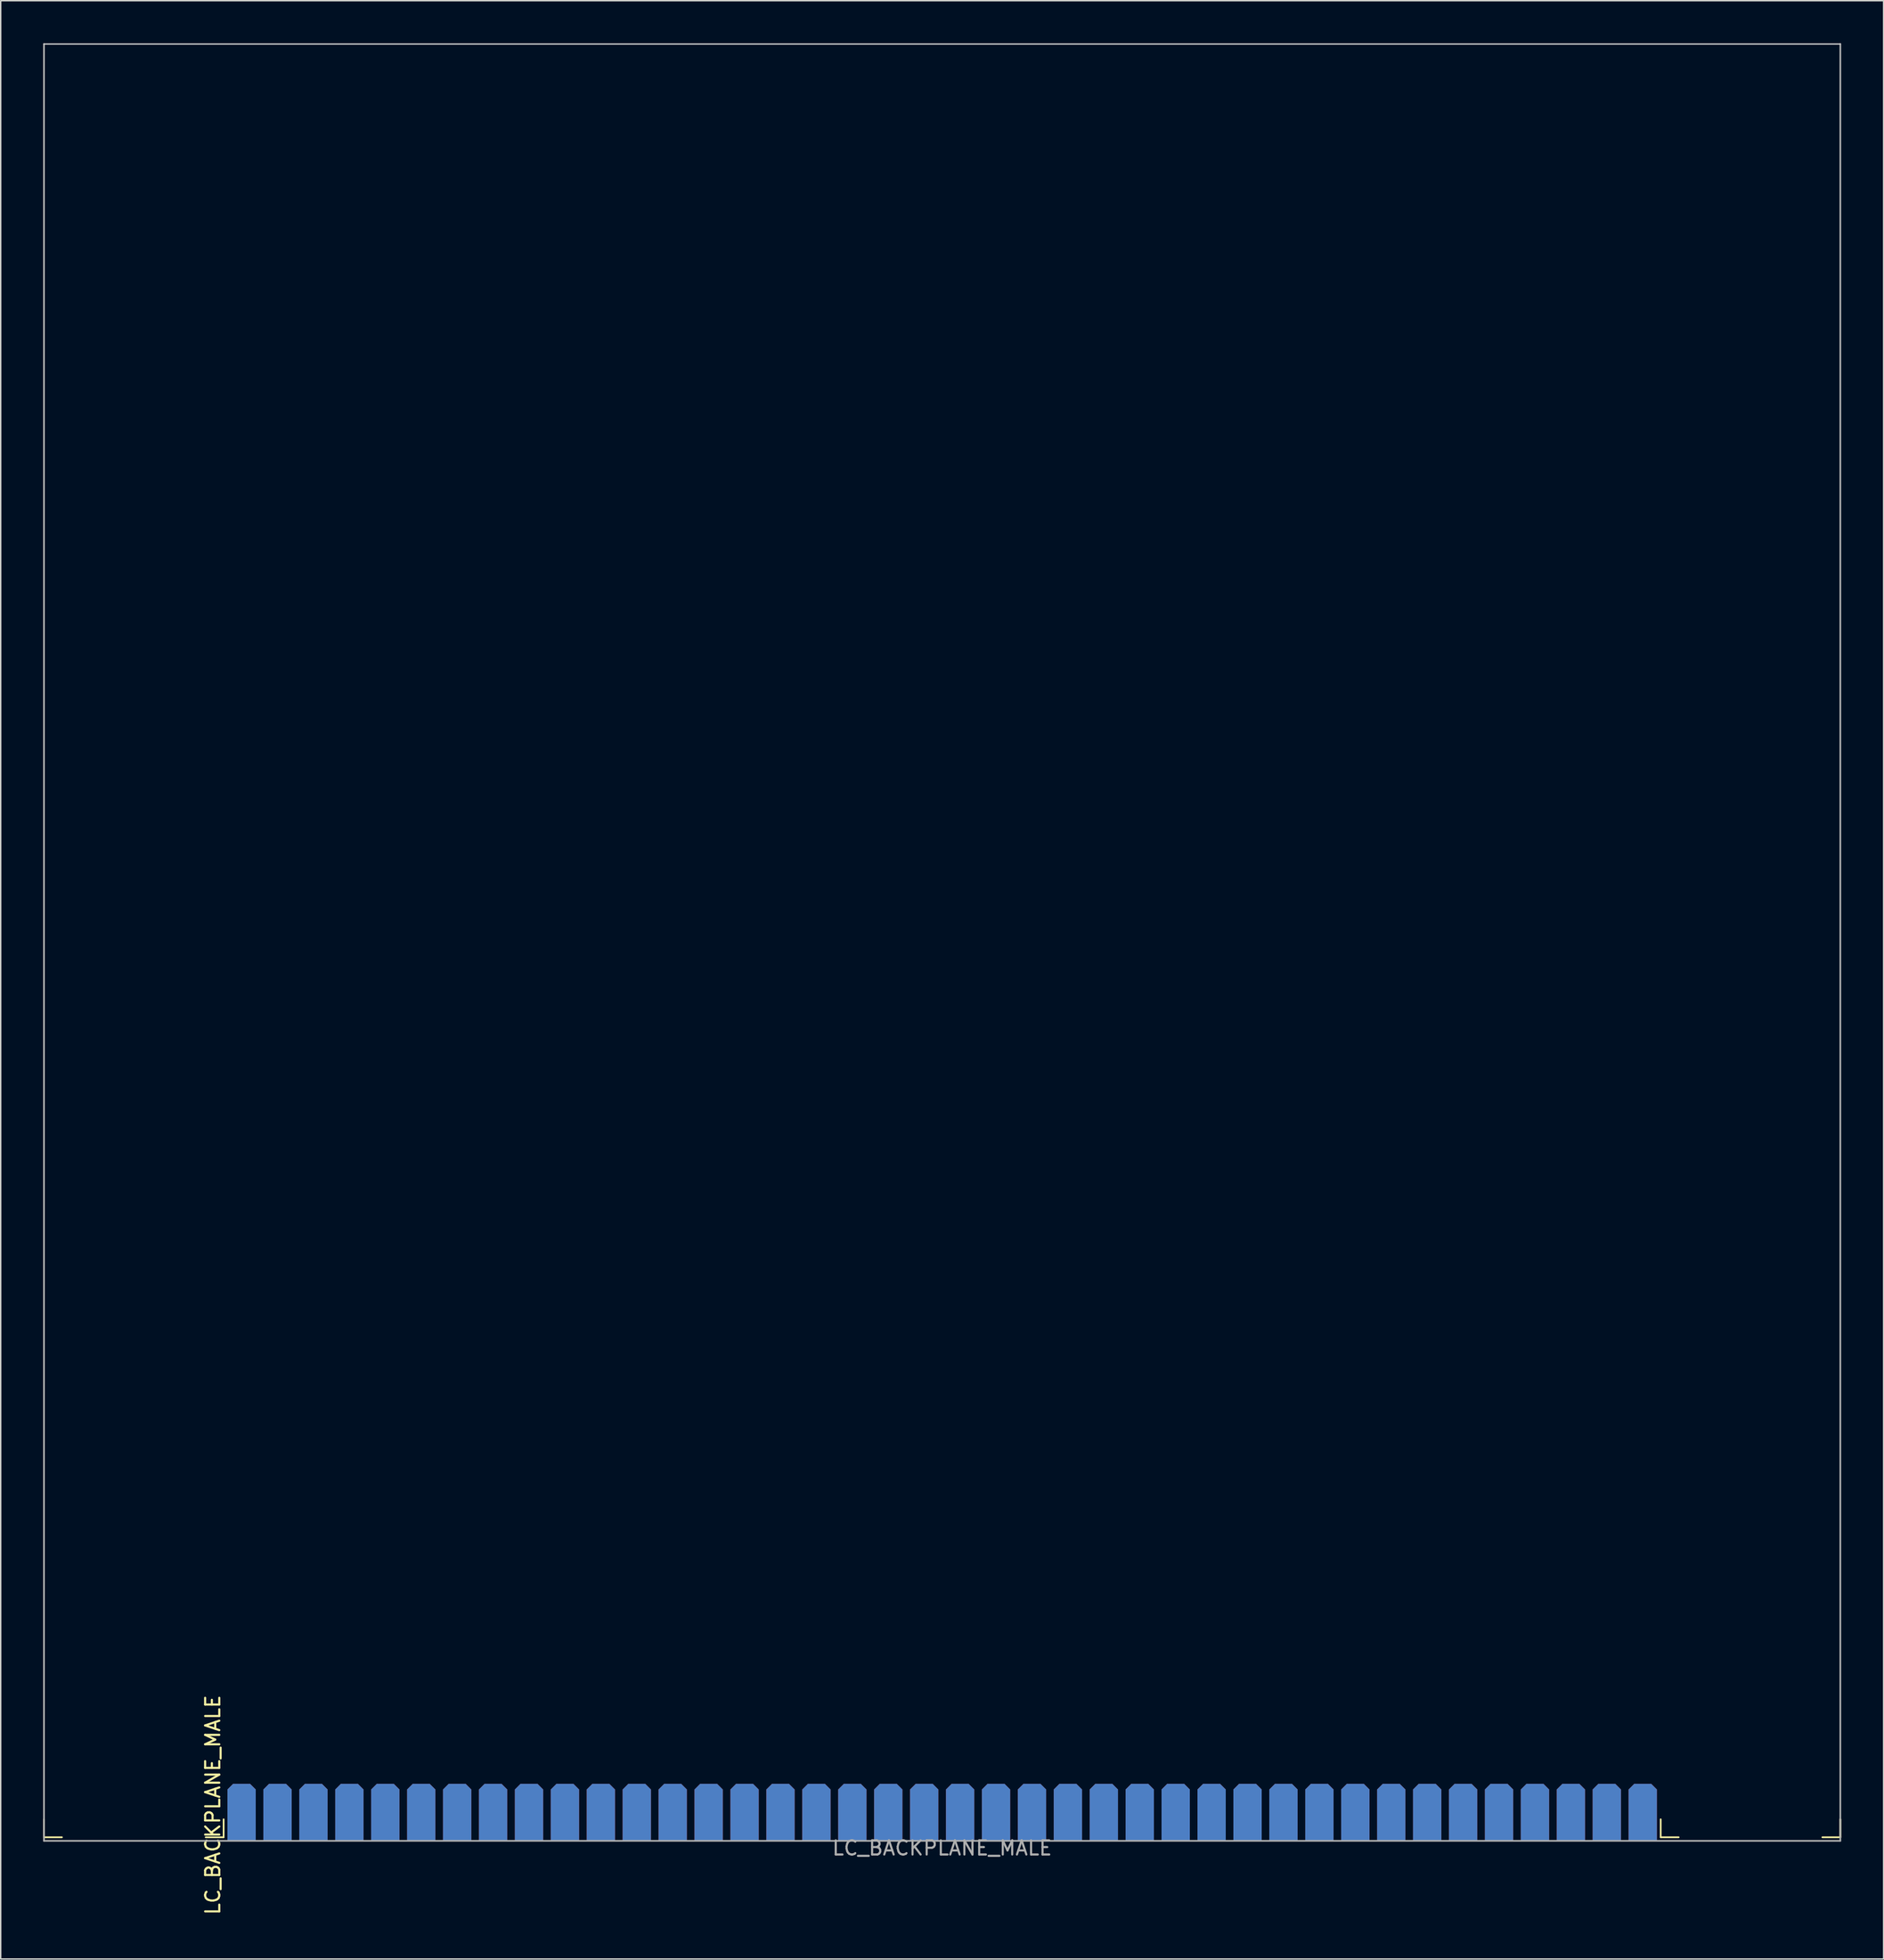
<source format=kicad_pcb>
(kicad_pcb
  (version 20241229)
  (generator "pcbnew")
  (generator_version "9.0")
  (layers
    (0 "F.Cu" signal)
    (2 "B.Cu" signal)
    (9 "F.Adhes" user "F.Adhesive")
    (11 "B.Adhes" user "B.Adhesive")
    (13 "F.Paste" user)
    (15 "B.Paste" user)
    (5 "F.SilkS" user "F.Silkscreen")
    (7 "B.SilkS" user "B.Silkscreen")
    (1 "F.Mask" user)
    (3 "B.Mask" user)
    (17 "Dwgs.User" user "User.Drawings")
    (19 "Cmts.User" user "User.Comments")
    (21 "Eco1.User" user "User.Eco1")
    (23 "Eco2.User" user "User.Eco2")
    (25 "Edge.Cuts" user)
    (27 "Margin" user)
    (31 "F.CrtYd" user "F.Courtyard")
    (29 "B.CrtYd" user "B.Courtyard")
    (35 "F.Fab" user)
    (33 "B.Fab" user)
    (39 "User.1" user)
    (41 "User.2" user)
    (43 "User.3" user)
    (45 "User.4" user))
  (footprint "LC_BACKPLANE_MALE"
    (layer "F.Cu")
    (at 63.56 127.06)
    (property "Reference" "LC_BACKPLANE_MALE" (at -51.562 -2.54 90) (unlocked yes) (layer "F.SilkS") (effects (font (size 1 1) (thickness 0.15))))
    (attr smd)
    (fp_line (start -63.5 -0.254) (end -63.5 -1.524) (stroke (width 0.12) (type solid)) (layer "F.SilkS"))
    (fp_line (start -63.5 -0.254) (end -62.23 -0.254) (stroke (width 0.12) (type solid)) (layer "F.SilkS"))
    (fp_line (start -52.07 -0.254) (end -50.8 -0.254) (stroke (width 0.12) (type solid)) (layer "F.SilkS"))
    (fp_line (start -50.8 -0.254) (end -50.8 -1.524) (stroke (width 0.12) (type solid)) (layer "F.SilkS"))
    (fp_line (start 50.8 -0.254) (end 50.8 -1.524) (stroke (width 0.12) (type solid)) (layer "F.SilkS"))
    (fp_line (start 50.8 -0.254) (end 52.07 -0.254) (stroke (width 0.12) (type solid)) (layer "F.SilkS"))
    (fp_line (start 63.5 -1.524) (end 63.5 -0.254) (stroke (width 0.12) (type solid)) (layer "F.SilkS"))
    (fp_line (start 63.5 -0.254) (end 62.23 -0.254) (stroke (width 0.12) (type solid)) (layer "F.SilkS"))
    (fp_line (start 63.5 -0.254) (end 63.5 -1.524) (stroke (width 0.12) (type solid)) (layer "F.SilkS"))
    (fp_line (start 63.5 -127) (end -63.5 -127) (stroke (width 0.1) (type solid)) (layer "Dwgs.User"))
    (fp_line (start -63.5 0) (end -63.5 -127) (stroke (width 0.12) (type solid)) (layer "F.Fab"))
    (fp_line (start -63.5 0) (end 63.5 0) (stroke (width 0.12) (type solid)) (layer "F.Fab"))
    (fp_line (start 63.5 0) (end 63.5 -127) (stroke (width 0.12) (type solid)) (layer "F.Fab"))
    (fp_text user "${REFERENCE}" (at 0 0.508 0) (unlocked yes) (layer "F.Fab") (effects (font (size 1 1) (thickness 0.15))))
    (pad "1" smd roundrect (at -49.53 -2.032 270) (size 4 2) (layers "F.Cu" "F.Mask") (roundrect_rratio 0) (chamfer_ratio 0.2) (chamfer top_left bottom_left))
    (pad "2" smd roundrect (at -46.99 -2.032 270) (size 4 2) (layers "F.Cu" "F.Mask") (roundrect_rratio 0) (chamfer_ratio 0.2) (chamfer top_left bottom_left))
    (pad "3" smd roundrect (at -44.45 -2.032 270) (size 4 2) (layers "F.Cu" "F.Mask") (roundrect_rratio 0) (chamfer_ratio 0.2) (chamfer top_left bottom_left))
    (pad "4" smd roundrect (at -41.91 -2.032 270) (size 4 2) (layers "F.Cu" "F.Mask") (roundrect_rratio 0) (chamfer_ratio 0.2) (chamfer top_left bottom_left))
    (pad "5" smd roundrect (at -39.37 -2.032 270) (size 4 2) (layers "F.Cu" "F.Mask") (roundrect_rratio 0) (chamfer_ratio 0.2) (chamfer top_left bottom_left))
    (pad "6" smd roundrect (at -36.83 -2.032 270) (size 4 2) (layers "F.Cu" "F.Mask") (roundrect_rratio 0) (chamfer_ratio 0.2) (chamfer top_left bottom_left))
    (pad "7" smd roundrect (at -34.29 -2.032 270) (size 4 2) (layers "F.Cu" "F.Mask") (roundrect_rratio 0) (chamfer_ratio 0.2) (chamfer top_left bottom_left))
    (pad "8" smd roundrect (at -31.75 -2.032 270) (size 4 2) (layers "F.Cu" "F.Mask") (roundrect_rratio 0) (chamfer_ratio 0.2) (chamfer top_left bottom_left))
    (pad "9" smd roundrect (at -29.21 -2.032 270) (size 4 2) (layers "F.Cu" "F.Mask") (roundrect_rratio 0) (chamfer_ratio 0.2) (chamfer top_left bottom_left))
    (pad "10" smd roundrect (at -26.67 -2.032 270) (size 4 2) (layers "F.Cu" "F.Mask") (roundrect_rratio 0) (chamfer_ratio 0.2) (chamfer top_left bottom_left))
    (pad "11" smd roundrect (at -24.13 -2.032 270) (size 4 2) (layers "F.Cu" "F.Mask") (roundrect_rratio 0) (chamfer_ratio 0.2) (chamfer top_left bottom_left))
    (pad "12" smd roundrect (at -21.59 -2.032 270) (size 4 2) (layers "F.Cu" "F.Mask") (roundrect_rratio 0) (chamfer_ratio 0.2) (chamfer top_left bottom_left))
    (pad "13" smd roundrect (at -19.05 -2.032 270) (size 4 2) (layers "F.Cu" "F.Mask") (roundrect_rratio 0) (chamfer_ratio 0.2) (chamfer top_left bottom_left))
    (pad "14" smd roundrect (at -16.51 -2.032 270) (size 4 2) (layers "F.Cu" "F.Mask") (roundrect_rratio 0) (chamfer_ratio 0.2) (chamfer top_left bottom_left))
    (pad "15" smd roundrect (at -13.97 -2.032 270) (size 4 2) (layers "F.Cu" "F.Mask") (roundrect_rratio 0) (chamfer_ratio 0.2) (chamfer top_left bottom_left))
    (pad "16" smd roundrect (at -11.43 -2.032 270) (size 4 2) (layers "F.Cu" "F.Mask") (roundrect_rratio 0) (chamfer_ratio 0.2) (chamfer top_left bottom_left))
    (pad "17" smd roundrect (at -8.89 -2.032 270) (size 4 2) (layers "F.Cu" "F.Mask") (roundrect_rratio 0) (chamfer_ratio 0.2) (chamfer top_left bottom_left))
    (pad "18" smd roundrect (at -6.35 -2.032 270) (size 4 2) (layers "F.Cu" "F.Mask") (roundrect_rratio 0) (chamfer_ratio 0.2) (chamfer top_left bottom_left))
    (pad "19" smd roundrect (at -3.81 -2.032 270) (size 4 2) (layers "F.Cu" "F.Mask") (roundrect_rratio 0) (chamfer_ratio 0.2) (chamfer top_left bottom_left))
    (pad "20" smd roundrect (at -1.27 -2.032 270) (size 4 2) (layers "F.Cu" "F.Mask") (roundrect_rratio 0) (chamfer_ratio 0.2) (chamfer top_left bottom_left))
    (pad "21" smd roundrect (at 1.27 -2.032 270) (size 4 2) (layers "F.Cu" "F.Mask") (roundrect_rratio 0) (chamfer_ratio 0.2) (chamfer top_left bottom_left))
    (pad "22" smd roundrect (at 3.81 -2.032 270) (size 4 2) (layers "F.Cu" "F.Mask") (roundrect_rratio 0) (chamfer_ratio 0.2) (chamfer top_left bottom_left))
    (pad "23" smd roundrect (at 6.35 -2.032 270) (size 4 2) (layers "F.Cu" "F.Mask") (roundrect_rratio 0) (chamfer_ratio 0.2) (chamfer top_left bottom_left))
    (pad "24" smd roundrect (at 8.89 -2.032 270) (size 4 2) (layers "F.Cu" "F.Mask") (roundrect_rratio 0) (chamfer_ratio 0.2) (chamfer top_left bottom_left))
    (pad "25" smd roundrect (at 11.43 -2.032 270) (size 4 2) (layers "F.Cu" "F.Mask") (roundrect_rratio 0) (chamfer_ratio 0.2) (chamfer top_left bottom_left))
    (pad "26" smd roundrect (at 13.97 -2.032 270) (size 4 2) (layers "F.Cu" "F.Mask") (roundrect_rratio 0) (chamfer_ratio 0.2) (chamfer top_left bottom_left))
    (pad "27" smd roundrect (at 16.51 -2.032 270) (size 4 2) (layers "F.Cu" "F.Mask") (roundrect_rratio 0) (chamfer_ratio 0.2) (chamfer top_left bottom_left))
    (pad "28" smd roundrect (at 19.05 -2.032 270) (size 4 2) (layers "F.Cu" "F.Mask") (roundrect_rratio 0) (chamfer_ratio 0.2) (chamfer top_left bottom_left))
    (pad "29" smd roundrect (at 21.59 -2.032 270) (size 4 2) (layers "F.Cu" "F.Mask") (roundrect_rratio 0) (chamfer_ratio 0.2) (chamfer top_left bottom_left))
    (pad "30" smd roundrect (at 24.13 -2.032 270) (size 4 2) (layers "F.Cu" "F.Mask") (roundrect_rratio 0) (chamfer_ratio 0.2) (chamfer top_left bottom_left))
    (pad "31" smd roundrect (at 26.67 -2.032 270) (size 4 2) (layers "F.Cu" "F.Mask") (roundrect_rratio 0) (chamfer_ratio 0.2) (chamfer top_left bottom_left))
    (pad "32" smd roundrect (at 29.21 -2.032 270) (size 4 2) (layers "F.Cu" "F.Mask") (roundrect_rratio 0) (chamfer_ratio 0.2) (chamfer top_left bottom_left))
    (pad "33" smd roundrect (at 31.75 -2.032 270) (size 4 2) (layers "F.Cu" "F.Mask") (roundrect_rratio 0) (chamfer_ratio 0.2) (chamfer top_left bottom_left))
    (pad "34" smd roundrect (at 34.29 -2.032 270) (size 4 2) (layers "F.Cu" "F.Mask") (roundrect_rratio 0) (chamfer_ratio 0.2) (chamfer top_left bottom_left))
    (pad "35" smd roundrect (at 36.83 -2.032 270) (size 4 2) (layers "F.Cu" "F.Mask") (roundrect_rratio 0) (chamfer_ratio 0.2) (chamfer top_left bottom_left))
    (pad "36" smd roundrect (at 39.37 -2.032 270) (size 4 2) (layers "F.Cu" "F.Mask") (roundrect_rratio 0) (chamfer_ratio 0.2) (chamfer top_left bottom_left))
    (pad "37" smd roundrect (at 41.91 -2.032 270) (size 4 2) (layers "F.Cu" "F.Mask") (roundrect_rratio 0) (chamfer_ratio 0.2) (chamfer top_left bottom_left))
    (pad "38" smd roundrect (at 44.45 -2.032 270) (size 4 2) (layers "F.Cu" "F.Mask") (roundrect_rratio 0) (chamfer_ratio 0.2) (chamfer top_left bottom_left))
    (pad "39" smd roundrect (at 46.99 -2.032 270) (size 4 2) (layers "F.Cu" "F.Mask") (roundrect_rratio 0) (chamfer_ratio 0.2) (chamfer top_left bottom_left))
    (pad "40" smd roundrect (at 49.53 -2.032 270) (size 4 2) (layers "F.Cu" "F.Mask") (roundrect_rratio 0) (chamfer_ratio 0.2) (chamfer top_left bottom_left))
    (pad "41" smd roundrect (at -49.53 -2.032 90) (size 4 2) (layers "B.Cu" "B.Mask") (roundrect_rratio 0) (chamfer_ratio 0.2) (chamfer top_right bottom_right))
    (pad "42" smd roundrect (at -46.99 -2.032 90) (size 4 2) (layers "B.Cu" "B.Mask") (roundrect_rratio 0) (chamfer_ratio 0.2) (chamfer top_right bottom_right))
    (pad "43" smd roundrect (at -44.45 -2.032 90) (size 4 2) (layers "B.Cu" "B.Mask") (roundrect_rratio 0) (chamfer_ratio 0.2) (chamfer top_right bottom_right))
    (pad "44" smd roundrect (at -41.91 -2.032 90) (size 4 2) (layers "B.Cu" "B.Mask") (roundrect_rratio 0) (chamfer_ratio 0.2) (chamfer top_right bottom_right))
    (pad "45" smd roundrect (at -39.37 -2.032 90) (size 4 2) (layers "B.Cu" "B.Mask") (roundrect_rratio 0) (chamfer_ratio 0.2) (chamfer top_right bottom_right))
    (pad "46" smd roundrect (at -36.83 -2.032 90) (size 4 2) (layers "B.Cu" "B.Mask") (roundrect_rratio 0) (chamfer_ratio 0.2) (chamfer top_right bottom_right))
    (pad "47" smd roundrect (at -34.29 -2.032 90) (size 4 2) (layers "B.Cu" "B.Mask") (roundrect_rratio 0) (chamfer_ratio 0.2) (chamfer top_right bottom_right))
    (pad "48" smd roundrect (at -31.75 -2.032 90) (size 4 2) (layers "B.Cu" "B.Mask") (roundrect_rratio 0) (chamfer_ratio 0.2) (chamfer top_right bottom_right))
    (pad "49" smd roundrect (at -29.21 -2.032 90) (size 4 2) (layers "B.Cu" "B.Mask") (roundrect_rratio 0) (chamfer_ratio 0.2) (chamfer top_right bottom_right))
    (pad "50" smd roundrect (at -26.67 -2.032 90) (size 4 2) (layers "B.Cu" "B.Mask") (roundrect_rratio 0) (chamfer_ratio 0.2) (chamfer top_right bottom_right))
    (pad "51" smd roundrect (at -24.13 -2.032 90) (size 4 2) (layers "B.Cu" "B.Mask") (roundrect_rratio 0) (chamfer_ratio 0.2) (chamfer top_right bottom_right))
    (pad "52" smd roundrect (at -21.59 -2.032 90) (size 4 2) (layers "B.Cu" "B.Mask") (roundrect_rratio 0) (chamfer_ratio 0.2) (chamfer top_right bottom_right))
    (pad "53" smd roundrect (at -19.05 -2.032 90) (size 4 2) (layers "B.Cu" "B.Mask") (roundrect_rratio 0) (chamfer_ratio 0.2) (chamfer top_right bottom_right))
    (pad "54" smd roundrect (at -16.51 -2.032 90) (size 4 2) (layers "B.Cu" "B.Mask") (roundrect_rratio 0) (chamfer_ratio 0.2) (chamfer top_right bottom_right))
    (pad "55" smd roundrect (at -13.97 -2.032 90) (size 4 2) (layers "B.Cu" "B.Mask") (roundrect_rratio 0) (chamfer_ratio 0.2) (chamfer top_right bottom_right))
    (pad "56" smd roundrect (at -11.43 -2.032 90) (size 4 2) (layers "B.Cu" "B.Mask") (roundrect_rratio 0) (chamfer_ratio 0.2) (chamfer top_right bottom_right))
    (pad "57" smd roundrect (at -8.89 -2.032 90) (size 4 2) (layers "B.Cu" "B.Mask") (roundrect_rratio 0) (chamfer_ratio 0.2) (chamfer top_right bottom_right))
    (pad "58" smd roundrect (at -6.35 -2.032 90) (size 4 2) (layers "B.Cu" "B.Mask") (roundrect_rratio 0) (chamfer_ratio 0.2) (chamfer top_right bottom_right))
    (pad "59" smd roundrect (at -3.81 -2.032 90) (size 4 2) (layers "B.Cu" "B.Mask") (roundrect_rratio 0) (chamfer_ratio 0.2) (chamfer top_right bottom_right))
    (pad "60" smd roundrect (at -1.27 -2.032 90) (size 4 2) (layers "B.Cu" "B.Mask") (roundrect_rratio 0) (chamfer_ratio 0.2) (chamfer top_right bottom_right))
    (pad "61" smd roundrect (at 1.27 -2.032 90) (size 4 2) (layers "B.Cu" "B.Mask") (roundrect_rratio 0) (chamfer_ratio 0.2) (chamfer top_right bottom_right))
    (pad "62" smd roundrect (at 3.81 -2.032 90) (size 4 2) (layers "B.Cu" "B.Mask") (roundrect_rratio 0) (chamfer_ratio 0.2) (chamfer top_right bottom_right))
    (pad "63" smd roundrect (at 6.35 -2.032 90) (size 4 2) (layers "B.Cu" "B.Mask") (roundrect_rratio 0) (chamfer_ratio 0.2) (chamfer top_right bottom_right))
    (pad "64" smd roundrect (at 8.89 -2.032 90) (size 4 2) (layers "B.Cu" "B.Mask") (roundrect_rratio 0) (chamfer_ratio 0.2) (chamfer top_right bottom_right))
    (pad "65" smd roundrect (at 11.43 -2.032 90) (size 4 2) (layers "B.Cu" "B.Mask") (roundrect_rratio 0) (chamfer_ratio 0.2) (chamfer top_right bottom_right))
    (pad "66" smd roundrect (at 13.97 -2.032 90) (size 4 2) (layers "B.Cu" "B.Mask") (roundrect_rratio 0) (chamfer_ratio 0.2) (chamfer top_right bottom_right))
    (pad "67" smd roundrect (at 16.51 -2.032 90) (size 4 2) (layers "B.Cu" "B.Mask") (roundrect_rratio 0) (chamfer_ratio 0.2) (chamfer top_right bottom_right))
    (pad "68" smd roundrect (at 19.05 -2.032 90) (size 4 2) (layers "B.Cu" "B.Mask") (roundrect_rratio 0) (chamfer_ratio 0.2) (chamfer top_right bottom_right))
    (pad "69" smd roundrect (at 21.59 -2.032 90) (size 4 2) (layers "B.Cu" "B.Mask") (roundrect_rratio 0) (chamfer_ratio 0.2) (chamfer top_right bottom_right))
    (pad "70" smd roundrect (at 24.13 -2.032 90) (size 4 2) (layers "B.Cu" "B.Mask") (roundrect_rratio 0) (chamfer_ratio 0.2) (chamfer top_right bottom_right))
    (pad "71" smd roundrect (at 26.67 -2.032 90) (size 4 2) (layers "B.Cu" "B.Mask") (roundrect_rratio 0) (chamfer_ratio 0.2) (chamfer top_right bottom_right))
    (pad "72" smd roundrect (at 29.21 -2.032 90) (size 4 2) (layers "B.Cu" "B.Mask") (roundrect_rratio 0) (chamfer_ratio 0.2) (chamfer top_right bottom_right))
    (pad "73" smd roundrect (at 31.75 -2.032 90) (size 4 2) (layers "B.Cu" "B.Mask") (roundrect_rratio 0) (chamfer_ratio 0.2) (chamfer top_right bottom_right))
    (pad "74" smd roundrect (at 34.29 -2.032 90) (size 4 2) (layers "B.Cu" "B.Mask") (roundrect_rratio 0) (chamfer_ratio 0.2) (chamfer top_right bottom_right))
    (pad "75" smd roundrect (at 36.83 -2.032 90) (size 4 2) (layers "B.Cu" "B.Mask") (roundrect_rratio 0) (chamfer_ratio 0.2) (chamfer top_right bottom_right))
    (pad "76" smd roundrect (at 39.37 -2.032 90) (size 4 2) (layers "B.Cu" "B.Mask") (roundrect_rratio 0) (chamfer_ratio 0.2) (chamfer top_right bottom_right))
    (pad "77" smd roundrect (at 41.91 -2.032 90) (size 4 2) (layers "B.Cu" "B.Mask") (roundrect_rratio 0) (chamfer_ratio 0.2) (chamfer top_right bottom_right))
    (pad "78" smd roundrect (at 44.45 -2.032 90) (size 4 2) (layers "B.Cu" "B.Mask") (roundrect_rratio 0) (chamfer_ratio 0.2) (chamfer top_right bottom_right))
    (pad "79" smd roundrect (at 46.99 -2.032 90) (size 4 2) (layers "B.Cu" "B.Mask") (roundrect_rratio 0) (chamfer_ratio 0.2) (chamfer top_right bottom_right))
    (pad "80" smd roundrect (at 49.53 -2.032 90) (size 4 2) (layers "B.Cu" "B.Mask") (roundrect_rratio 0) (chamfer_ratio 0.2) (chamfer top_right bottom_right))
    (zone (net_name "") (layer "F.Cu") (hatch edge 0.508) (connect_pads) (min_thickness 0.254) (filled_areas_thickness no) (keepout (tracks not_allowed) (vias not_allowed) (pads not_allowed) (copperpour not_allowed) (footprints not_allowed)) (placement (enabled no)) (fill) (polygon (pts (xy 127.06 127.06) (xy 125.536 127.06) (xy 125.536 0.06) (xy 127.06 0.06))))
    (zone (net_name "") (layers "F.Cu" "B.Cu") (hatch edge 0.508) (connect_pads) (min_thickness 0.254) (filled_areas_thickness no) (keepout (tracks not_allowed) (vias not_allowed) (pads not_allowed) (copperpour not_allowed) (footprints not_allowed)) (placement (enabled no)) (fill) (polygon (pts (xy 1.584 127.06) (xy 0.06 127.06) (xy 0.06 0.06) (xy 1.584 0.06)))))
  (gr_rect
    (start -3 -3)
    (end 130.12 135.407)
    (stroke (width 0.1) (type default))
    (fill no)
    (layer "Edge.Cuts")))
</source>
